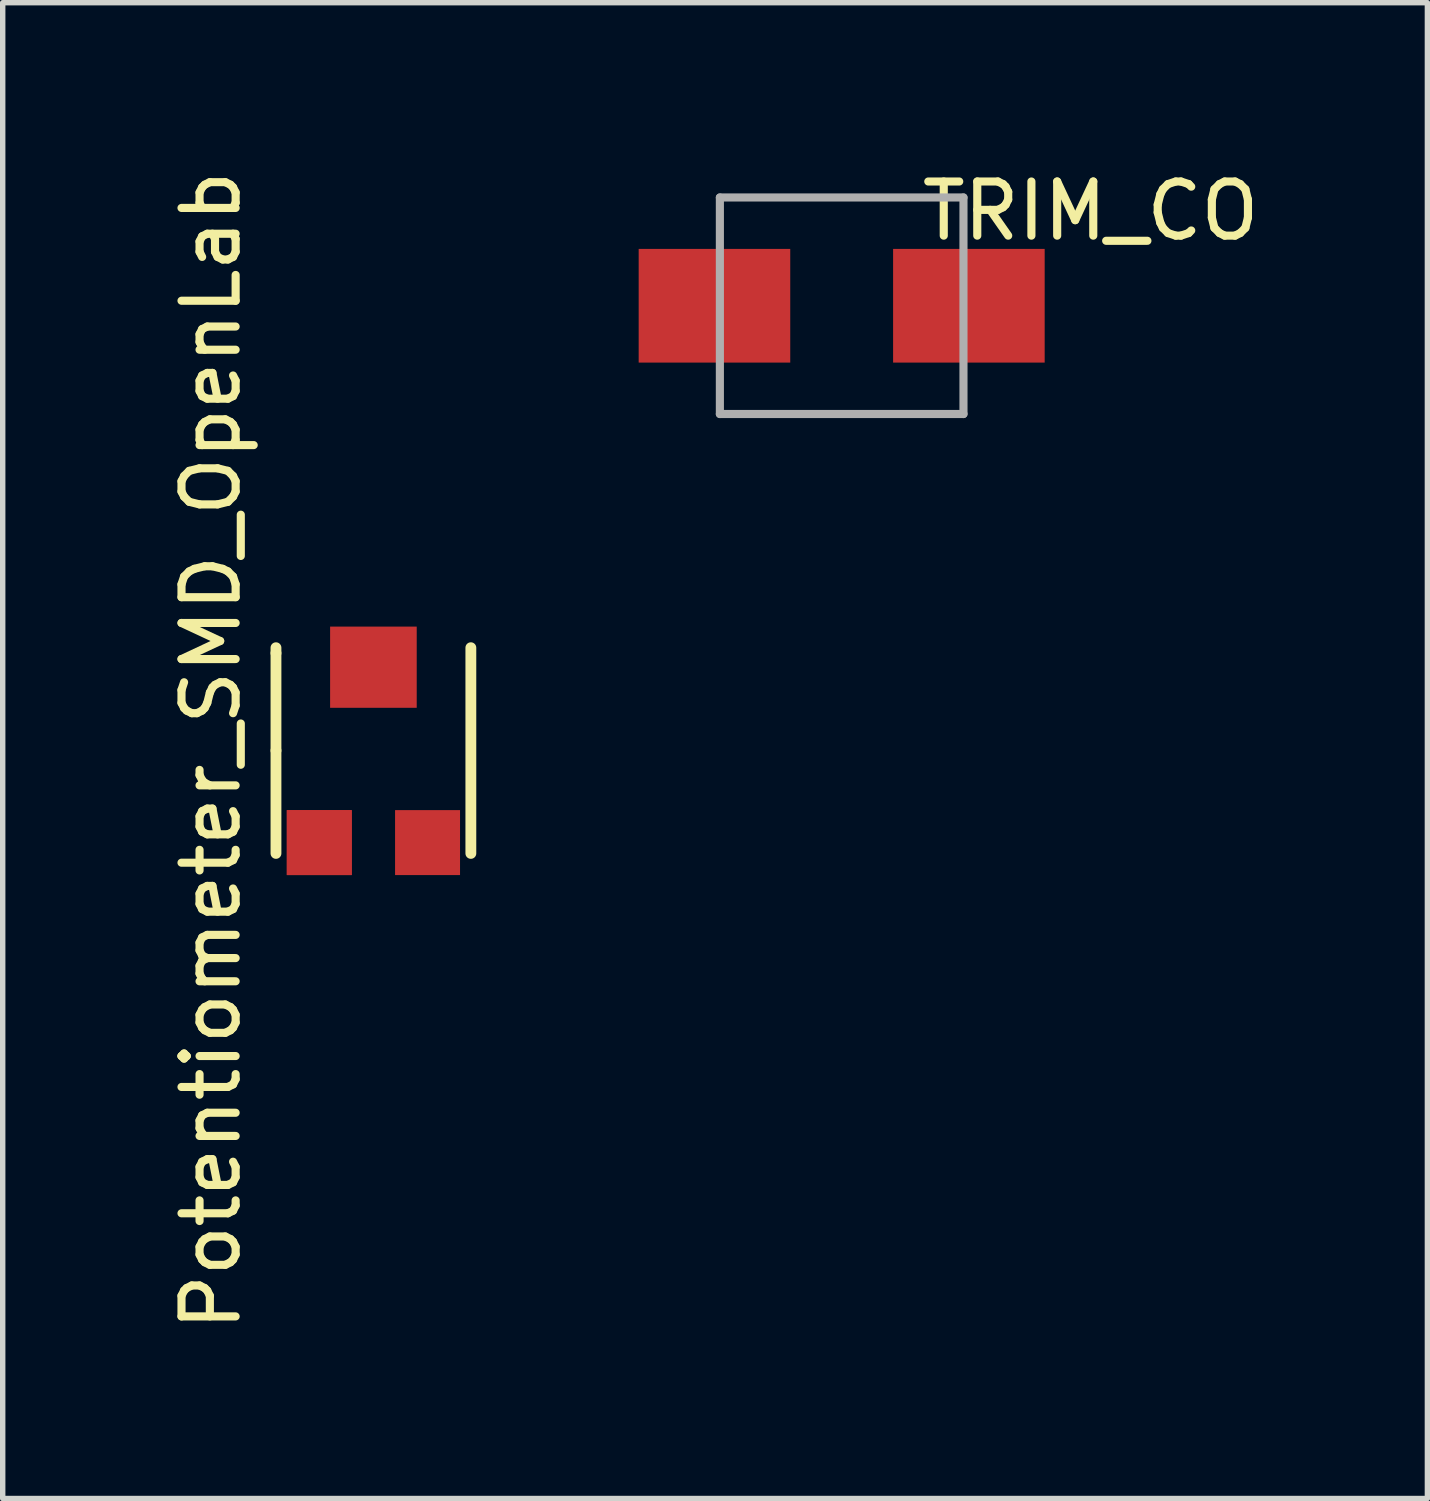
<source format=kicad_pcb>
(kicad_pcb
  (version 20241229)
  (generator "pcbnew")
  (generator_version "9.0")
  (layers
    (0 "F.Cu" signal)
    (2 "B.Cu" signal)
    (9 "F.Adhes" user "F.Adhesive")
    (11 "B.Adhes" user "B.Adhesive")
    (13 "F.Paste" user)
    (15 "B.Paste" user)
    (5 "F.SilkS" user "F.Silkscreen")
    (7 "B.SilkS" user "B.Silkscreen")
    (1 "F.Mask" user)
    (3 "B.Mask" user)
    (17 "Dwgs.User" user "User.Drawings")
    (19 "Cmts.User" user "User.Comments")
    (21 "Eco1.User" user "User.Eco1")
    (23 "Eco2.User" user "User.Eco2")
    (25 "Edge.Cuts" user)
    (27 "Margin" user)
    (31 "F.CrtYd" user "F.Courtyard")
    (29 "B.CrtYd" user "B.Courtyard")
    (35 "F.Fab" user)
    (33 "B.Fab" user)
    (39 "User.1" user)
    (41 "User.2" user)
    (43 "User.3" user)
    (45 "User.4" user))
  (footprint "Potentiometer_SMD_OpenLab"
    (layer "F.Cu")
    (at 3.848 11.315)
    (property "Reference" "Potentiometer_SMD_OpenLab" (at -3 -0.5 90) (layer "F.SilkS") (effects (font (size 1 1) (thickness 0.15))))
    (attr through_hole)
    (fp_line (start -1.8 -2.4) (end -1.8 -2.3) (stroke (width 0.2) (type solid)) (layer "F.SilkS"))
    (fp_line (start -1.8 -2.3) (end -1.8 -2.4) (stroke (width 0.05) (type solid)) (layer "F.SilkS"))
    (fp_line (start -1.8 -2.3) (end -1.8 -2.4) (stroke (width 0.05) (type solid)) (layer "F.SilkS"))
    (fp_line (start -1.8 -2.3) (end -1.8 -2.4) (stroke (width 0.05) (type solid)) (layer "F.SilkS"))
    (fp_line (start -1.8 -2.3) (end -1.8 -2.4) (stroke (width 0.05) (type solid)) (layer "F.SilkS"))
    (fp_line (start -1.8 -0.5) (end -1.8 -2.3) (stroke (width 0.05) (type solid)) (layer "F.SilkS"))
    (fp_line (start -1.8 -0.5) (end -1.8 -2.3) (stroke (width 0.05) (type solid)) (layer "F.SilkS"))
    (fp_line (start -1.8 -0.5) (end -1.8 -2.3) (stroke (width 0.05) (type solid)) (layer "F.SilkS"))
    (fp_line (start -1.8 -0.5) (end -1.8 -2.3) (stroke (width 0.2) (type solid)) (layer "F.SilkS"))
    (fp_line (start -1.8 -0.5) (end -1.8 1.4) (stroke (width 0.05) (type solid)) (layer "F.SilkS"))
    (fp_line (start -1.8 -0.5) (end -1.8 1.4) (stroke (width 0.2) (type solid)) (layer "F.SilkS"))
    (fp_line (start 1.8 -2.4) (end 1.8 1.4) (stroke (width 0.2) (type solid)) (layer "F.SilkS"))
    (pad "1" smd rect (at -1 1.2) (size 1.2 1.2) (layers "F.Cu" "F.Mask" "F.Paste"))
    (pad "1" smd rect (at -1 1.2) (size 1.2 1.2) (layers "F.Cu" "F.Mask" "F.Paste"))
    (pad "2" smd rect (at 0 -2.04) (size 1.6 1.5) (layers "F.Cu" "F.Mask" "F.Paste"))
    (pad "3" smd rect (at 1 1.2) (size 1.2 1.2) (layers "F.Cu" "F.Mask" "F.Paste")))
  (footprint "TRIM_CO"
    (layer "F.Cu")
    (at 12.498 2.598)
    (property "Reference" "TRIM_CO" (at 4.6 -1.75 0) (layer "F.SilkS") (effects (font (size 1 1) (thickness 0.15))))
    (attr through_hole)
    (fp_line (start -2.25 -2) (end -2.25 2) (stroke (width 0.15) (type solid)) (layer "F.Fab"))
    (fp_line (start -2.25 2) (end 2.25 2) (stroke (width 0.15) (type solid)) (layer "F.Fab"))
    (fp_line (start 2.25 -2) (end -2.25 -2) (stroke (width 0.15) (type solid)) (layer "F.Fab"))
    (fp_line (start 2.25 2) (end 2.25 -2) (stroke (width 0.15) (type solid)) (layer "F.Fab"))
    (pad "1" smd rect (at -2.35 0) (size 2.8 2.1) (layers "F.Cu" "F.Mask" "F.Paste"))
    (pad "2" smd rect (at 2.35 0) (size 2.8 2.1) (layers "F.Cu" "F.Mask" "F.Paste")))
  (gr_rect
    (start -3 -3)
    (end 23.318 24.631)
    (stroke (width 0.1) (type default))
    (fill no)
    (layer "Edge.Cuts")))
</source>
